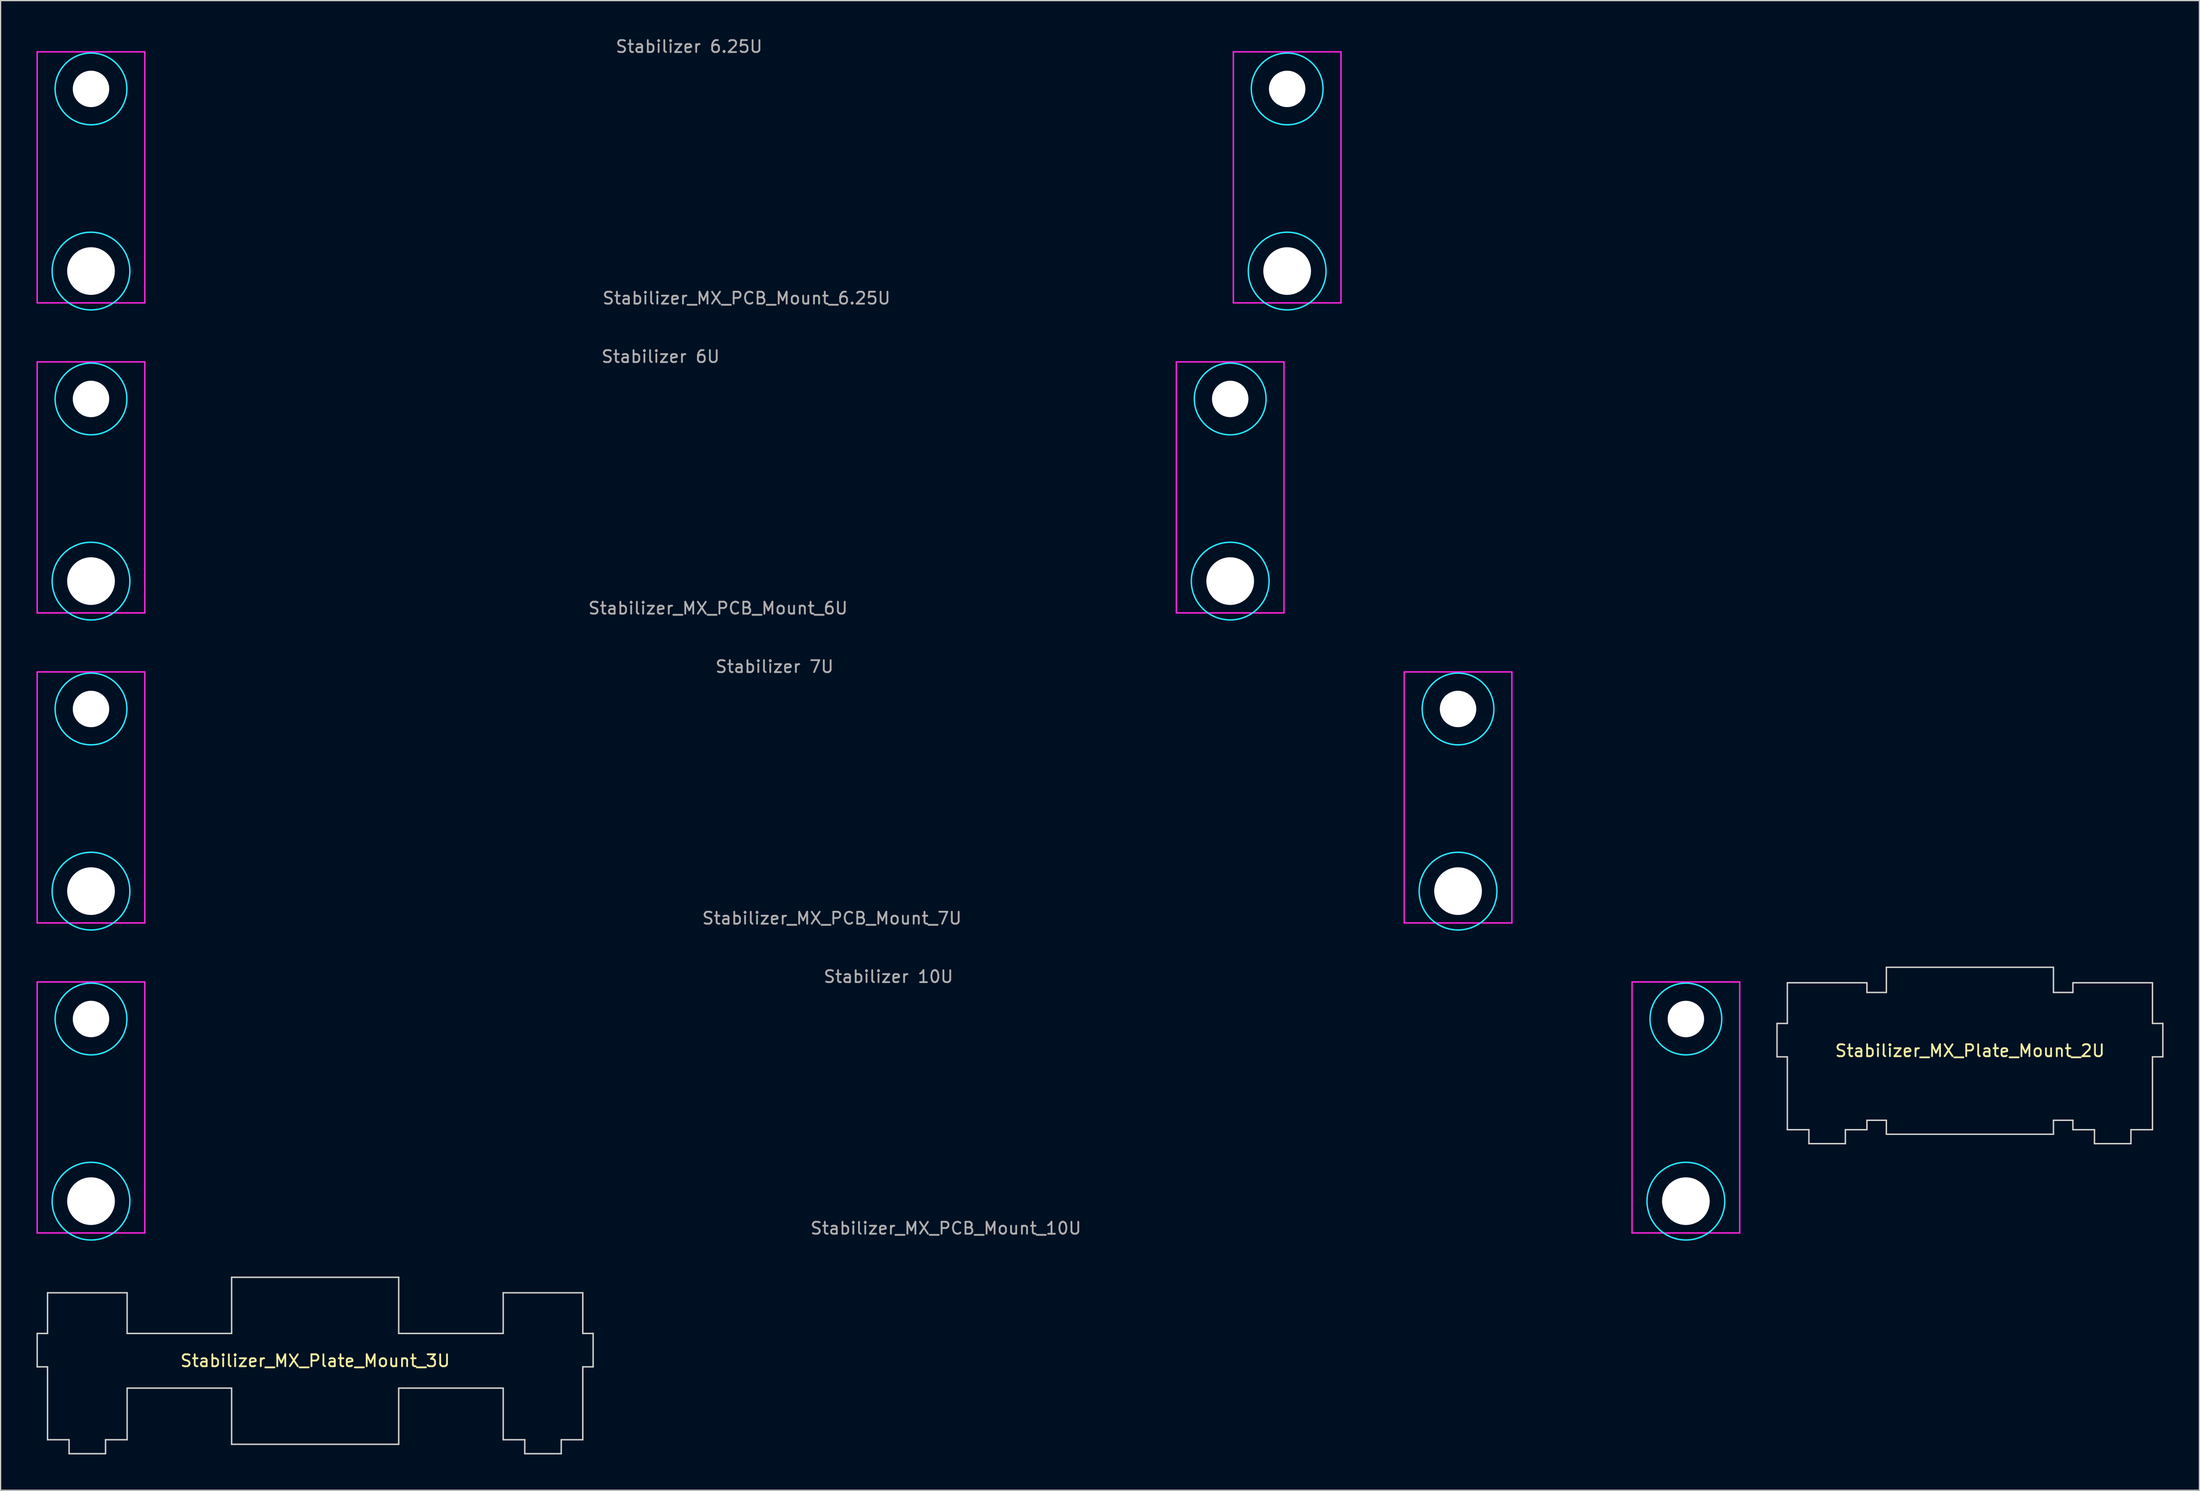
<source format=kicad_pcb>
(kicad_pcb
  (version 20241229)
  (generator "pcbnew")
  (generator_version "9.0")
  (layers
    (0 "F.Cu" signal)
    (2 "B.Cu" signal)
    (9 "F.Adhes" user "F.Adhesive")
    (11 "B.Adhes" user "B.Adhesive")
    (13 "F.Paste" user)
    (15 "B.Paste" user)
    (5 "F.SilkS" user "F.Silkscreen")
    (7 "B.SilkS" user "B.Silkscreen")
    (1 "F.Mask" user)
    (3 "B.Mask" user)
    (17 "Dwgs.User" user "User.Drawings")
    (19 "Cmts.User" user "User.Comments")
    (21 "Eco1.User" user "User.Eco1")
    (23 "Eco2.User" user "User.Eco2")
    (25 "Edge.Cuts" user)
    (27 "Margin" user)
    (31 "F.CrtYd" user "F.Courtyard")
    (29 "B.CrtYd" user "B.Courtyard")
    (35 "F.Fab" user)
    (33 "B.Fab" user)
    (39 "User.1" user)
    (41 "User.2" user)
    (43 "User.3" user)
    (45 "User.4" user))
  (footprint "Stabilizer_MX_PCB_Mount_6.25U"
    (layer "F.Cu")
    (at 54.566 11.373)
    (property "Reference" "Stabilizer_MX_PCB_Mount_6.25U" (at 4.8 10.525 0) (layer "F.Fab") (effects (font (size 1 1) (thickness 0.15))))
    (attr through_hole)
    (fp_circle (center -50.007 -6.985) (end -47.007 -6.985) (stroke (width 0.12) (type solid)) (fill no) (layer "B.CrtYd"))
    (fp_circle (center -50.007 8.255) (end -46.757 8.255) (stroke (width 0.12) (type solid)) (fill no) (layer "B.CrtYd"))
    (fp_circle (center 50.007 -6.985) (end 53.007 -6.985) (stroke (width 0.12) (type solid)) (fill no) (layer "B.CrtYd"))
    (fp_circle (center 50.007 8.255) (end 53.257 8.255) (stroke (width 0.12) (type solid)) (fill no) (layer "B.CrtYd"))
    (fp_line (start -54.507 -10.085) (end -54.507 10.915) (stroke (width 0.12) (type solid)) (layer "F.CrtYd"))
    (fp_line (start -54.507 10.915) (end -45.507 10.915) (stroke (width 0.12) (type solid)) (layer "F.CrtYd"))
    (fp_line (start -45.507 -10.085) (end -54.507 -10.085) (stroke (width 0.12) (type solid)) (layer "F.CrtYd"))
    (fp_line (start -45.507 10.915) (end -45.507 -10.085) (stroke (width 0.12) (type solid)) (layer "F.CrtYd"))
    (fp_line (start 45.507 -10.085) (end 54.507 -10.085) (stroke (width 0.12) (type solid)) (layer "F.CrtYd"))
    (fp_line (start 45.507 10.915) (end 45.507 -10.085) (stroke (width 0.12) (type solid)) (layer "F.CrtYd"))
    (fp_line (start 54.507 -10.085) (end 54.507 10.915) (stroke (width 0.12) (type solid)) (layer "F.CrtYd"))
    (fp_line (start 54.507 10.915) (end 45.507 10.915) (stroke (width 0.12) (type solid)) (layer "F.CrtYd"))
    (fp_text user "Stabilizer 6.25U" (at 0 -10.525 0) (layer "F.Fab") (effects (font (size 1 1) (thickness 0.15))))
    (pad "" np_thru_hole circle (at -50.007 -6.985) (size 3.048 3.048) (drill 3.048) (layers "*.Cu" "*.Mask"))
    (pad "" np_thru_hole circle (at -50.007 8.255) (size 3.988 3.988) (drill 3.988) (layers "*.Cu" "*.Mask"))
    (pad "" np_thru_hole circle (at 50.007 -6.985) (size 3.048 3.048) (drill 3.048) (layers "*.Cu" "*.Mask"))
    (pad "" np_thru_hole circle (at 50.007 8.255) (size 3.988 3.988) (drill 3.988) (layers "*.Cu" "*.Mask")))
  (footprint "Stabilizer_MX_PCB_Mount_10U"
    (layer "F.Cu")
    (at 71.235 89.188)
    (property "Reference" "Stabilizer_MX_PCB_Mount_10U" (at 4.8 10.525 0) (layer "F.Fab") (effects (font (size 1 1) (thickness 0.15))))
    (attr through_hole)
    (fp_circle (center -66.675 -6.985) (end -63.675 -6.985) (stroke (width 0.12) (type solid)) (fill no) (layer "B.CrtYd"))
    (fp_circle (center -66.675 8.255) (end -63.425 8.255) (stroke (width 0.12) (type solid)) (fill no) (layer "B.CrtYd"))
    (fp_circle (center 66.675 -6.985) (end 69.675 -6.985) (stroke (width 0.12) (type solid)) (fill no) (layer "B.CrtYd"))
    (fp_circle (center 66.675 8.255) (end 69.925 8.255) (stroke (width 0.12) (type solid)) (fill no) (layer "B.CrtYd"))
    (fp_line (start -71.175 -10.085) (end -71.175 10.915) (stroke (width 0.12) (type solid)) (layer "F.CrtYd"))
    (fp_line (start -71.175 10.915) (end -62.175 10.915) (stroke (width 0.12) (type solid)) (layer "F.CrtYd"))
    (fp_line (start -62.175 -10.085) (end -71.175 -10.085) (stroke (width 0.12) (type solid)) (layer "F.CrtYd"))
    (fp_line (start -62.175 10.915) (end -62.175 -10.085) (stroke (width 0.12) (type solid)) (layer "F.CrtYd"))
    (fp_line (start 62.175 -10.085) (end 71.175 -10.085) (stroke (width 0.12) (type solid)) (layer "F.CrtYd"))
    (fp_line (start 62.175 10.915) (end 62.175 -10.085) (stroke (width 0.12) (type solid)) (layer "F.CrtYd"))
    (fp_line (start 71.175 -10.085) (end 71.175 10.915) (stroke (width 0.12) (type solid)) (layer "F.CrtYd"))
    (fp_line (start 71.175 10.915) (end 62.175 10.915) (stroke (width 0.12) (type solid)) (layer "F.CrtYd"))
    (fp_text user "Stabilizer 10U" (at 0 -10.525 0) (layer "F.Fab") (effects (font (size 1 1) (thickness 0.15))))
    (pad "" np_thru_hole circle (at -66.675 -6.985) (size 3.048 3.048) (drill 3.048) (layers "*.Cu" "*.Mask"))
    (pad "" np_thru_hole circle (at -66.675 8.255) (size 3.988 3.988) (drill 3.988) (layers "*.Cu" "*.Mask"))
    (pad "" np_thru_hole circle (at 66.675 -6.985) (size 3.048 3.048) (drill 3.048) (layers "*.Cu" "*.Mask"))
    (pad "" np_thru_hole circle (at 66.675 8.255) (size 3.988 3.988) (drill 3.988) (layers "*.Cu" "*.Mask")))
  (footprint "Stabilizer_MX_PCB_Mount_7U"
    (layer "F.Cu")
    (at 61.71 63.25)
    (property "Reference" "Stabilizer_MX_PCB_Mount_7U" (at 4.8 10.525 0) (layer "F.Fab") (effects (font (size 1 1) (thickness 0.15))))
    (attr through_hole)
    (fp_circle (center -57.15 -6.985) (end -54.15 -6.985) (stroke (width 0.12) (type solid)) (fill no) (layer "B.CrtYd"))
    (fp_circle (center -57.15 8.255) (end -53.9 8.255) (stroke (width 0.12) (type solid)) (fill no) (layer "B.CrtYd"))
    (fp_circle (center 57.15 -6.985) (end 60.15 -6.985) (stroke (width 0.12) (type solid)) (fill no) (layer "B.CrtYd"))
    (fp_circle (center 57.15 8.255) (end 60.4 8.255) (stroke (width 0.12) (type solid)) (fill no) (layer "B.CrtYd"))
    (fp_line (start -61.65 -10.085) (end -61.65 10.915) (stroke (width 0.12) (type solid)) (layer "F.CrtYd"))
    (fp_line (start -61.65 10.915) (end -52.65 10.915) (stroke (width 0.12) (type solid)) (layer "F.CrtYd"))
    (fp_line (start -52.65 -10.085) (end -61.65 -10.085) (stroke (width 0.12) (type solid)) (layer "F.CrtYd"))
    (fp_line (start -52.65 10.915) (end -52.65 -10.085) (stroke (width 0.12) (type solid)) (layer "F.CrtYd"))
    (fp_line (start 52.65 -10.085) (end 61.65 -10.085) (stroke (width 0.12) (type solid)) (layer "F.CrtYd"))
    (fp_line (start 52.65 10.915) (end 52.65 -10.085) (stroke (width 0.12) (type solid)) (layer "F.CrtYd"))
    (fp_line (start 61.65 -10.085) (end 61.65 10.915) (stroke (width 0.12) (type solid)) (layer "F.CrtYd"))
    (fp_line (start 61.65 10.915) (end 52.65 10.915) (stroke (width 0.12) (type solid)) (layer "F.CrtYd"))
    (fp_text user "Stabilizer 7U" (at 0 -10.525 0) (layer "F.Fab") (effects (font (size 1 1) (thickness 0.15))))
    (pad "" np_thru_hole circle (at -57.15 -6.985) (size 3.048 3.048) (drill 3.048) (layers "*.Cu" "*.Mask"))
    (pad "" np_thru_hole circle (at -57.15 8.255) (size 3.988 3.988) (drill 3.988) (layers "*.Cu" "*.Mask"))
    (pad "" np_thru_hole circle (at 57.15 -6.985) (size 3.048 3.048) (drill 3.048) (layers "*.Cu" "*.Mask"))
    (pad "" np_thru_hole circle (at 57.15 8.255) (size 3.988 3.988) (drill 3.988) (layers "*.Cu" "*.Mask")))
  (footprint "Stabilizer_MX_Plate_Mount_3U"
    (layer "F.Cu")
    (at 23.301 110.798)
    (property "Reference" "Stabilizer_MX_Plate_Mount_3U" (at 0 0 0) (layer "F.SilkS") (effects (font (size 1 1) (thickness 0.15))))
    (attr through_hole)
    (fp_line (start -23.241 -2.286) (end -23.241 0.508) (stroke (width 0.12) (type solid)) (layer "Edge.Cuts"))
    (fp_line (start -23.241 0.508) (end -22.377 0.508) (stroke (width 0.12) (type solid)) (layer "Edge.Cuts"))
    (fp_line (start -22.377 -5.69) (end -22.377 -2.286) (stroke (width 0.12) (type solid)) (layer "Edge.Cuts"))
    (fp_line (start -22.377 -2.286) (end -23.241 -2.286) (stroke (width 0.12) (type solid)) (layer "Edge.Cuts"))
    (fp_line (start -22.377 0.508) (end -22.377 6.604) (stroke (width 0.12) (type solid)) (layer "Edge.Cuts"))
    (fp_line (start -22.377 6.604) (end -20.574 6.604) (stroke (width 0.12) (type solid)) (layer "Edge.Cuts"))
    (fp_line (start -20.574 6.604) (end -20.574 7.772) (stroke (width 0.12) (type solid)) (layer "Edge.Cuts"))
    (fp_line (start -20.574 7.772) (end -17.526 7.772) (stroke (width 0.12) (type solid)) (layer "Edge.Cuts"))
    (fp_line (start -17.526 6.604) (end -15.723 6.604) (stroke (width 0.12) (type solid)) (layer "Edge.Cuts"))
    (fp_line (start -17.526 7.772) (end -17.526 6.604) (stroke (width 0.12) (type solid)) (layer "Edge.Cuts"))
    (fp_line (start -15.723 -5.69) (end -22.377 -5.69) (stroke (width 0.12) (type solid)) (layer "Edge.Cuts"))
    (fp_line (start -15.723 -2.286) (end -15.723 -5.69) (stroke (width 0.12) (type solid)) (layer "Edge.Cuts"))
    (fp_line (start -15.723 2.286) (end -6.985 2.286) (stroke (width 0.12) (type solid)) (layer "Edge.Cuts"))
    (fp_line (start -15.723 6.604) (end -15.723 2.286) (stroke (width 0.12) (type solid)) (layer "Edge.Cuts"))
    (fp_line (start -6.985 -6.985) (end -6.985 -2.286) (stroke (width 0.12) (type solid)) (layer "Edge.Cuts"))
    (fp_line (start -6.985 -6.985) (end 6.985 -6.985) (stroke (width 0.12) (type solid)) (layer "Edge.Cuts"))
    (fp_line (start -6.985 -2.286) (end -15.723 -2.286) (stroke (width 0.12) (type solid)) (layer "Edge.Cuts"))
    (fp_line (start -6.985 2.286) (end -6.985 6.985) (stroke (width 0.12) (type solid)) (layer "Edge.Cuts"))
    (fp_line (start -6.985 6.985) (end 6.985 6.985) (stroke (width 0.12) (type solid)) (layer "Edge.Cuts"))
    (fp_line (start 6.985 -6.985) (end 6.985 -2.286) (stroke (width 0.12) (type solid)) (layer "Edge.Cuts"))
    (fp_line (start 6.985 -2.286) (end 15.723 -2.286) (stroke (width 0.12) (type solid)) (layer "Edge.Cuts"))
    (fp_line (start 6.985 2.286) (end 6.985 6.985) (stroke (width 0.12) (type solid)) (layer "Edge.Cuts"))
    (fp_line (start 15.723 -5.69) (end 22.377 -5.69) (stroke (width 0.12) (type solid)) (layer "Edge.Cuts"))
    (fp_line (start 15.723 -2.286) (end 15.723 -5.69) (stroke (width 0.12) (type solid)) (layer "Edge.Cuts"))
    (fp_line (start 15.723 2.286) (end 6.985 2.286) (stroke (width 0.12) (type solid)) (layer "Edge.Cuts"))
    (fp_line (start 15.723 6.604) (end 15.723 2.286) (stroke (width 0.12) (type solid)) (layer "Edge.Cuts"))
    (fp_line (start 17.526 6.604) (end 15.723 6.604) (stroke (width 0.12) (type solid)) (layer "Edge.Cuts"))
    (fp_line (start 17.526 7.772) (end 17.526 6.604) (stroke (width 0.12) (type solid)) (layer "Edge.Cuts"))
    (fp_line (start 20.574 6.604) (end 20.574 7.772) (stroke (width 0.12) (type solid)) (layer "Edge.Cuts"))
    (fp_line (start 20.574 7.772) (end 17.526 7.772) (stroke (width 0.12) (type solid)) (layer "Edge.Cuts"))
    (fp_line (start 22.377 -5.69) (end 22.377 -2.286) (stroke (width 0.12) (type solid)) (layer "Edge.Cuts"))
    (fp_line (start 22.377 -2.286) (end 23.241 -2.286) (stroke (width 0.12) (type solid)) (layer "Edge.Cuts"))
    (fp_line (start 22.377 0.508) (end 22.377 6.604) (stroke (width 0.12) (type solid)) (layer "Edge.Cuts"))
    (fp_line (start 22.377 6.604) (end 20.574 6.604) (stroke (width 0.12) (type solid)) (layer "Edge.Cuts"))
    (fp_line (start 23.241 -2.286) (end 23.241 0.508) (stroke (width 0.12) (type solid)) (layer "Edge.Cuts"))
    (fp_line (start 23.241 0.508) (end 22.377 0.508) (stroke (width 0.12) (type solid)) (layer "Edge.Cuts")))
  (footprint "Stabilizer_MX_PCB_Mount_6U"
    (layer "F.Cu")
    (at 52.185 37.312)
    (property "Reference" "Stabilizer_MX_PCB_Mount_6U" (at 4.8 10.525 0) (layer "F.Fab") (effects (font (size 1 1) (thickness 0.15))))
    (attr through_hole)
    (fp_circle (center -47.625 -6.985) (end -44.625 -6.985) (stroke (width 0.12) (type solid)) (fill no) (layer "B.CrtYd"))
    (fp_circle (center -47.625 8.255) (end -44.375 8.255) (stroke (width 0.12) (type solid)) (fill no) (layer "B.CrtYd"))
    (fp_circle (center 47.625 -6.985) (end 50.625 -6.985) (stroke (width 0.12) (type solid)) (fill no) (layer "B.CrtYd"))
    (fp_circle (center 47.625 8.255) (end 50.875 8.255) (stroke (width 0.12) (type solid)) (fill no) (layer "B.CrtYd"))
    (fp_line (start -52.125 -10.085) (end -52.125 10.915) (stroke (width 0.12) (type solid)) (layer "F.CrtYd"))
    (fp_line (start -52.125 10.915) (end -43.125 10.915) (stroke (width 0.12) (type solid)) (layer "F.CrtYd"))
    (fp_line (start -43.125 -10.085) (end -52.125 -10.085) (stroke (width 0.12) (type solid)) (layer "F.CrtYd"))
    (fp_line (start -43.125 10.915) (end -43.125 -10.085) (stroke (width 0.12) (type solid)) (layer "F.CrtYd"))
    (fp_line (start 43.125 -10.085) (end 52.125 -10.085) (stroke (width 0.12) (type solid)) (layer "F.CrtYd"))
    (fp_line (start 43.125 10.915) (end 43.125 -10.085) (stroke (width 0.12) (type solid)) (layer "F.CrtYd"))
    (fp_line (start 52.125 -10.085) (end 52.125 10.915) (stroke (width 0.12) (type solid)) (layer "F.CrtYd"))
    (fp_line (start 52.125 10.915) (end 43.125 10.915) (stroke (width 0.12) (type solid)) (layer "F.CrtYd"))
    (fp_text user "Stabilizer 6U" (at 0 -10.525 0) (layer "F.Fab") (effects (font (size 1 1) (thickness 0.15))))
    (pad "" np_thru_hole circle (at -47.625 -6.985) (size 3.048 3.048) (drill 3.048) (layers "*.Cu" "*.Mask"))
    (pad "" np_thru_hole circle (at -47.625 8.255) (size 3.988 3.988) (drill 3.988) (layers "*.Cu" "*.Mask"))
    (pad "" np_thru_hole circle (at 47.625 -6.985) (size 3.048 3.048) (drill 3.048) (layers "*.Cu" "*.Mask"))
    (pad "" np_thru_hole circle (at 47.625 8.255) (size 3.988 3.988) (drill 3.988) (layers "*.Cu" "*.Mask")))
  (footprint "Stabilizer_MX_Plate_Mount_2U"
    (layer "F.Cu")
    (at 161.659 84.86)
    (property "Reference" "Stabilizer_MX_Plate_Mount_2U" (at 0 0 0) (layer "F.SilkS") (effects (font (size 1 1) (thickness 0.15))))
    (attr through_hole)
    (fp_line (start -16.129 -2.286) (end -16.129 0.508) (stroke (width 0.12) (type solid)) (layer "Edge.Cuts"))
    (fp_line (start -16.129 0.508) (end -15.265 0.508) (stroke (width 0.12) (type solid)) (layer "Edge.Cuts"))
    (fp_line (start -15.265 -5.69) (end -15.265 -2.286) (stroke (width 0.12) (type solid)) (layer "Edge.Cuts"))
    (fp_line (start -15.265 -2.286) (end -16.129 -2.286) (stroke (width 0.12) (type solid)) (layer "Edge.Cuts"))
    (fp_line (start -15.265 0.508) (end -15.265 6.604) (stroke (width 0.12) (type solid)) (layer "Edge.Cuts"))
    (fp_line (start -15.265 6.604) (end -13.462 6.604) (stroke (width 0.12) (type solid)) (layer "Edge.Cuts"))
    (fp_line (start -13.462 6.604) (end -13.462 7.772) (stroke (width 0.12) (type solid)) (layer "Edge.Cuts"))
    (fp_line (start -13.462 7.772) (end -10.414 7.772) (stroke (width 0.12) (type solid)) (layer "Edge.Cuts"))
    (fp_line (start -10.414 6.604) (end -8.611 6.604) (stroke (width 0.12) (type solid)) (layer "Edge.Cuts"))
    (fp_line (start -10.414 7.772) (end -10.414 6.604) (stroke (width 0.12) (type solid)) (layer "Edge.Cuts"))
    (fp_line (start -8.611 -5.69) (end -15.265 -5.69) (stroke (width 0.12) (type solid)) (layer "Edge.Cuts"))
    (fp_line (start -8.611 -4.877) (end -8.611 -5.69) (stroke (width 0.12) (type solid)) (layer "Edge.Cuts"))
    (fp_line (start -8.611 5.817) (end -6.985 5.817) (stroke (width 0.12) (type solid)) (layer "Edge.Cuts"))
    (fp_line (start -8.611 6.604) (end -8.611 5.817) (stroke (width 0.12) (type solid)) (layer "Edge.Cuts"))
    (fp_line (start -6.985 -6.985) (end -6.985 -4.877) (stroke (width 0.12) (type solid)) (layer "Edge.Cuts"))
    (fp_line (start -6.985 -6.985) (end 6.985 -6.985) (stroke (width 0.12) (type solid)) (layer "Edge.Cuts"))
    (fp_line (start -6.985 -4.877) (end -8.611 -4.877) (stroke (width 0.12) (type solid)) (layer "Edge.Cuts"))
    (fp_line (start -6.985 5.817) (end -6.985 6.985) (stroke (width 0.12) (type solid)) (layer "Edge.Cuts"))
    (fp_line (start -6.985 6.985) (end 6.985 6.985) (stroke (width 0.12) (type solid)) (layer "Edge.Cuts"))
    (fp_line (start 6.985 -6.985) (end 6.985 -4.877) (stroke (width 0.12) (type solid)) (layer "Edge.Cuts"))
    (fp_line (start 6.985 -4.877) (end 8.611 -4.877) (stroke (width 0.12) (type solid)) (layer "Edge.Cuts"))
    (fp_line (start 6.985 5.817) (end 6.985 6.985) (stroke (width 0.12) (type solid)) (layer "Edge.Cuts"))
    (fp_line (start 8.611 -5.69) (end 15.265 -5.69) (stroke (width 0.12) (type solid)) (layer "Edge.Cuts"))
    (fp_line (start 8.611 -4.877) (end 8.611 -5.69) (stroke (width 0.12) (type solid)) (layer "Edge.Cuts"))
    (fp_line (start 8.611 5.817) (end 6.985 5.817) (stroke (width 0.12) (type solid)) (layer "Edge.Cuts"))
    (fp_line (start 8.611 6.604) (end 8.611 5.817) (stroke (width 0.12) (type solid)) (layer "Edge.Cuts"))
    (fp_line (start 10.414 6.604) (end 8.611 6.604) (stroke (width 0.12) (type solid)) (layer "Edge.Cuts"))
    (fp_line (start 10.414 7.772) (end 10.414 6.604) (stroke (width 0.12) (type solid)) (layer "Edge.Cuts"))
    (fp_line (start 13.462 6.604) (end 13.462 7.772) (stroke (width 0.12) (type solid)) (layer "Edge.Cuts"))
    (fp_line (start 13.462 7.772) (end 10.414 7.772) (stroke (width 0.12) (type solid)) (layer "Edge.Cuts"))
    (fp_line (start 15.265 -5.69) (end 15.265 -2.286) (stroke (width 0.12) (type solid)) (layer "Edge.Cuts"))
    (fp_line (start 15.265 -2.286) (end 16.129 -2.286) (stroke (width 0.12) (type solid)) (layer "Edge.Cuts"))
    (fp_line (start 15.265 0.508) (end 15.265 6.604) (stroke (width 0.12) (type solid)) (layer "Edge.Cuts"))
    (fp_line (start 15.265 6.604) (end 13.462 6.604) (stroke (width 0.12) (type solid)) (layer "Edge.Cuts"))
    (fp_line (start 16.129 -2.286) (end 16.129 0.508) (stroke (width 0.12) (type solid)) (layer "Edge.Cuts"))
    (fp_line (start 16.129 0.508) (end 15.265 0.508) (stroke (width 0.12) (type solid)) (layer "Edge.Cuts")))
  (gr_rect
    (start -3 -3)
    (end 180.848 121.63)
    (stroke (width 0.1) (type default))
    (fill no)
    (layer "Edge.Cuts")))
</source>
